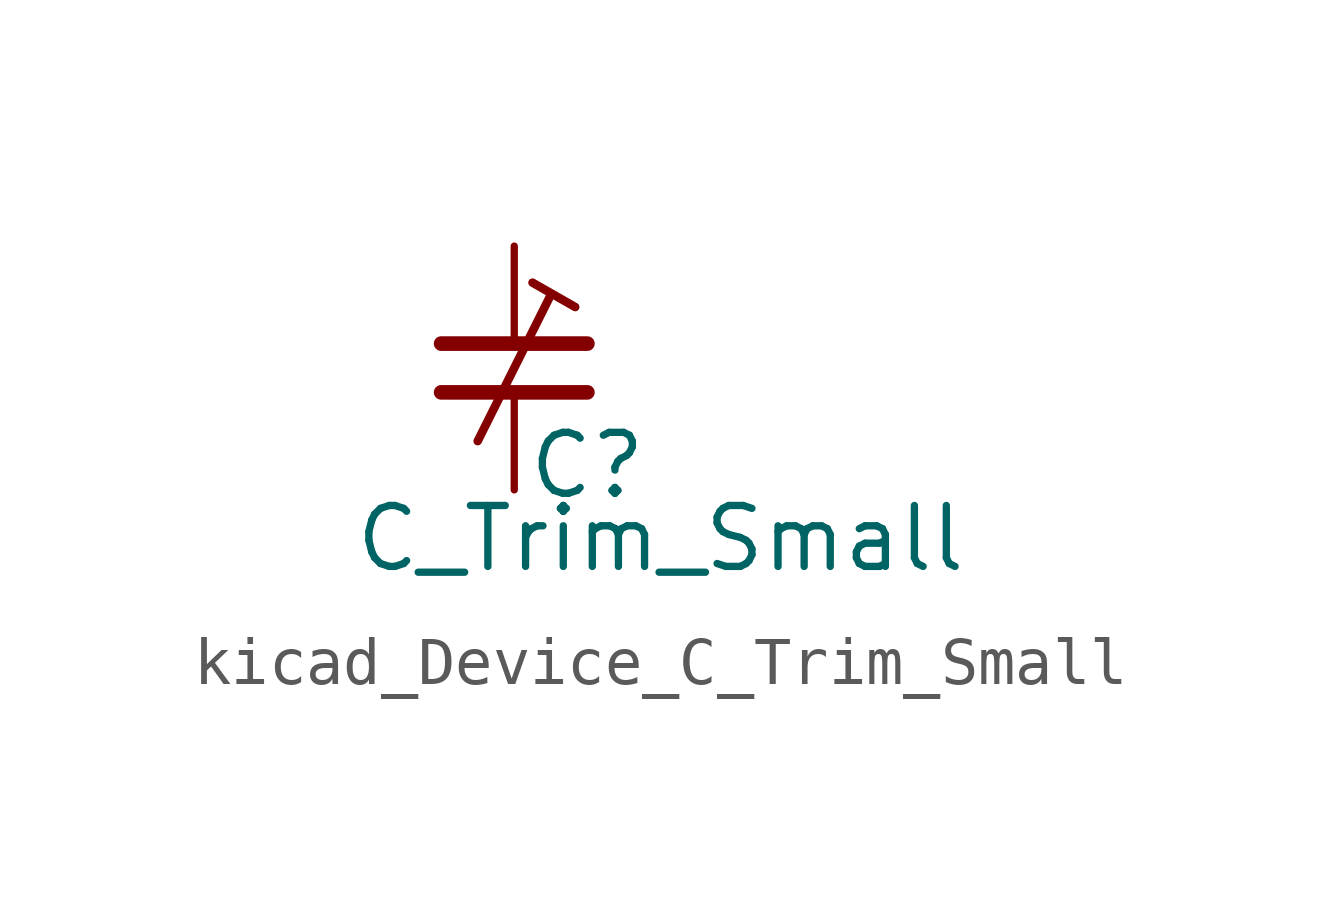
<source format=kicad_sym>
(kicad_symbol_lib
  (version 20220914)
  (generator kicad_symbol_editor)
  (symbol "kicad_Device_C_Trim_Small"
    (pin_numbers hide)
    (pin_names
      (offset 0.254) hide)
    (property "Reference" "C"
      (at 1.524 -2.032 0)
      (effects (font (size 1.27 1.27))))
    (property "Value" "C_Trim_Small"
      (at 3.048 -3.556 0)
      (effects (font (size 1.27 1.27))))
    (symbol "kicad_Device_C_Trim_Small_0_1"
      (polyline (pts (xy -1.524 -0.508) (xy 1.524 -0.508)) (stroke (width 0.305) (type default)) (fill (type none)))
      (polyline (pts (xy -1.524 0.508) (xy 1.524 0.508)) (stroke (width 0.305) (type default)) (fill (type none)))
      (polyline (pts (xy 0.762 1.524) (xy -0.762 -1.524)) (stroke (width 0.178) (type default)) (fill (type none)))
      (polyline (pts (xy 1.27 1.27) (xy 0.381 1.778)) (stroke (width 0.178) (type default)) (fill (type none))))
    (symbol "kicad_Device_C_Trim_Small_1_1"
      (pin passive line (at 0 2.54 270) (length 2.032) (name "~" (effects (font (size 1.27 1.27)))) (number "1" (effects (font (size 1.27 1.27)))))
      (pin passive line (at 0 -2.54 90) (length 2.032) (name "~" (effects (font (size 1.27 1.27)))) (number "2" (effects (font (size 1.27 1.27))))))))
</source>
